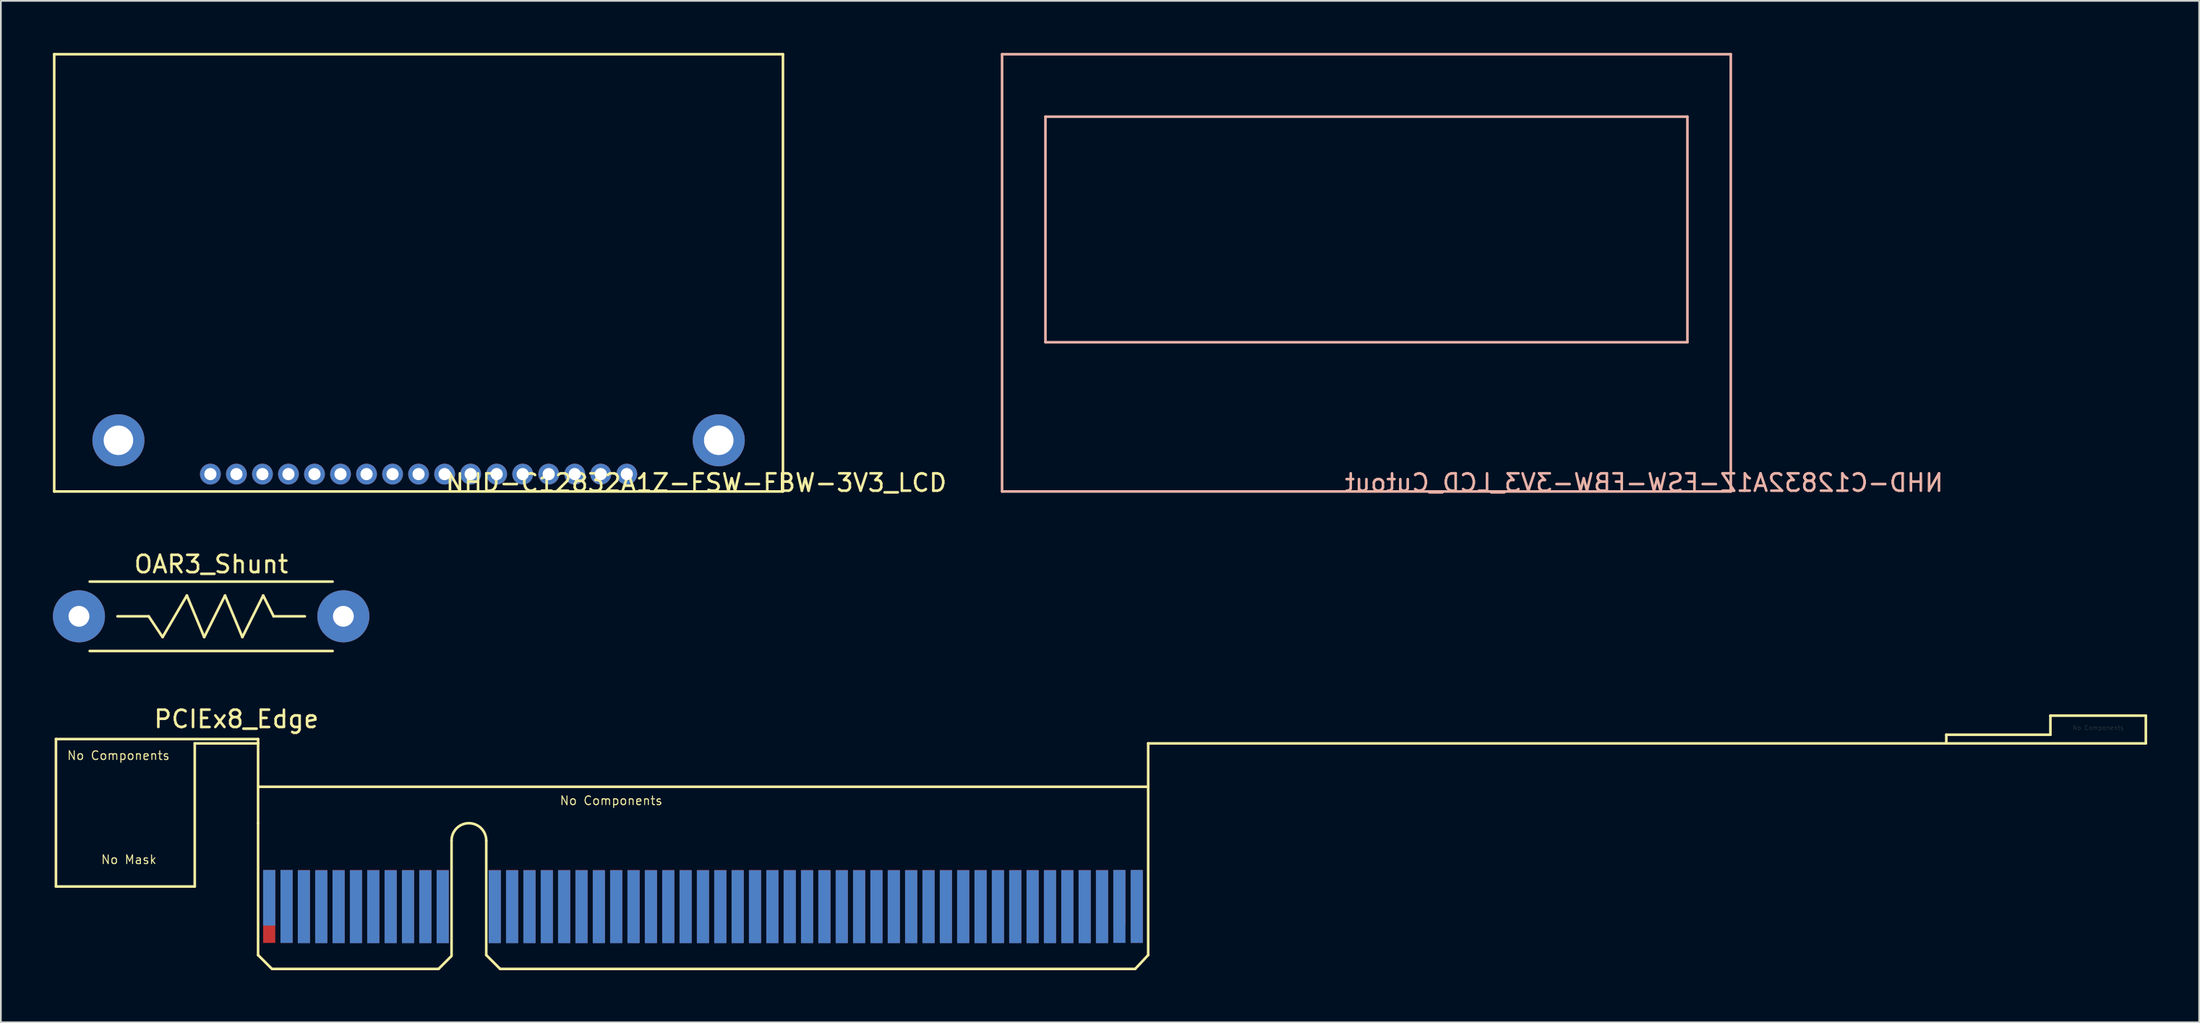
<source format=kicad_pcb>
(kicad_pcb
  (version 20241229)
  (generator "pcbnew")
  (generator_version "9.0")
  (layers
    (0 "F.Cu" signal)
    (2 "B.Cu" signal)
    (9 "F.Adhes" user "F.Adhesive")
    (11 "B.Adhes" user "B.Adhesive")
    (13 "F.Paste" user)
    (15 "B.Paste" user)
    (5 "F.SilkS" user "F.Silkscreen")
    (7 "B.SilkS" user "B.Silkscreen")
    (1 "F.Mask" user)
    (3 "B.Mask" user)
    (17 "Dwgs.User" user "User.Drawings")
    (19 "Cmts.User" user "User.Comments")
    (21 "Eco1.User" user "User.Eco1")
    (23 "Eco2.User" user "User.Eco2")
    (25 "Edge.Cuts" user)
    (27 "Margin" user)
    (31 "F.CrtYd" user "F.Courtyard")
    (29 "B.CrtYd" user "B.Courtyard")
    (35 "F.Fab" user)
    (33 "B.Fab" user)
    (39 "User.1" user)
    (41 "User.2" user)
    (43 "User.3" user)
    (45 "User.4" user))
  (footprint "PCIEx8_Edge"
    (layer "F.Cu")
    (at 18.475 49.195)
    (property "Reference" "PCIEx8_Edge" (at -7.9 -10.8 0) (layer "F.SilkS") (effects (font (size 1 1) (thickness 0.15))))
    (attr through_hole)
    (fp_line (start -18.4 -4.2) (end -10.2 -4.2) (stroke (width 0.15) (type solid)) (layer "F.Mask"))
    (fp_line (start -18.4 -1.1) (end -18.4 -4.2) (stroke (width 0.15) (type solid)) (layer "F.Mask"))
    (fp_line (start -10.2 -4.2) (end -10.2 -1.1) (stroke (width 0.15) (type solid)) (layer "F.Mask"))
    (fp_line (start -10.2 -1.1) (end -18.4 -1.1) (stroke (width 0.15) (type solid)) (layer "F.Mask"))
    (fp_line (start -6.7 -2.2) (end -6.7 3.6) (stroke (width 0.15) (type solid)) (layer "F.Mask"))
    (fp_line (start -6.7 3.6) (end 44.7 3.6) (stroke (width 0.15) (type solid)) (layer "F.Mask"))
    (fp_line (start 44.7 -2.3) (end -6.7 -2.2) (stroke (width 0.15) (type solid)) (layer "F.Mask"))
    (fp_line (start 44.7 3.6) (end 44.7 -2.3) (stroke (width 0.15) (type solid)) (layer "F.Mask"))
    (fp_line (start -18.3 -9.65) (end -6.65 -9.65) (stroke (width 0.15) (type solid)) (layer "F.SilkS"))
    (fp_line (start -18.3 -1.15) (end -18.3 -9.65) (stroke (width 0.15) (type solid)) (layer "F.SilkS"))
    (fp_line (start -10.3 -9.4) (end -10.3 -1.15) (stroke (width 0.15) (type solid)) (layer "F.SilkS"))
    (fp_line (start -10.3 -1.15) (end -18.3 -1.15) (stroke (width 0.15) (type solid)) (layer "F.SilkS"))
    (fp_line (start -6.65 -9.65) (end -6.65 -9.4) (stroke (width 0.15) (type solid)) (layer "F.SilkS"))
    (fp_line (start -6.65 -9.4) (end -10.3 -9.4) (stroke (width 0.15) (type solid)) (layer "F.SilkS"))
    (fp_line (start -6.65 -4.8) (end -6.65 -9.4) (stroke (width 0.15) (type solid)) (layer "F.SilkS"))
    (fp_line (start -6.65 2.8) (end -6.65 -4.8) (stroke (width 0.15) (type solid)) (layer "F.SilkS"))
    (fp_line (start -5.85 3.6) (end -6.65 2.8) (stroke (width 0.15) (type solid)) (layer "F.SilkS"))
    (fp_line (start 3.75 3.6) (end -5.8 3.6) (stroke (width 0.15) (type solid)) (layer "F.SilkS"))
    (fp_line (start 4.5 -3.8) (end 4.5 2.8) (stroke (width 0.15) (type solid)) (layer "F.SilkS"))
    (fp_line (start 4.5 2.85) (end 3.75 3.6) (stroke (width 0.15) (type solid)) (layer "F.SilkS"))
    (fp_line (start 6.5 -3.8) (end 6.5 2.8) (stroke (width 0.15) (type solid)) (layer "F.SilkS"))
    (fp_line (start 7.3 3.6) (end 6.5 2.8) (stroke (width 0.15) (type solid)) (layer "F.SilkS"))
    (fp_line (start 7.3 3.6) (end 43.9 3.6) (stroke (width 0.15) (type solid)) (layer "F.SilkS"))
    (fp_line (start 44.6 -6.9) (end -6.6 -6.9) (stroke (width 0.15) (type solid)) (layer "F.SilkS"))
    (fp_line (start 44.65 -9.4) (end 90.65 -9.4) (stroke (width 0.15) (type solid)) (layer "F.SilkS"))
    (fp_line (start 44.65 -6.9) (end 44.65 -9.4) (stroke (width 0.15) (type solid)) (layer "F.SilkS"))
    (fp_line (start 44.65 2.8) (end 43.9 3.6) (stroke (width 0.15) (type solid)) (layer "F.SilkS"))
    (fp_line (start 44.65 2.8) (end 44.65 -6.9) (stroke (width 0.15) (type solid)) (layer "F.SilkS"))
    (fp_line (start 90.65 -9.9) (end 96.65 -9.9) (stroke (width 0.15) (type solid)) (layer "F.SilkS"))
    (fp_line (start 90.65 -9.4) (end 90.65 -9.9) (stroke (width 0.15) (type solid)) (layer "F.SilkS"))
    (fp_line (start 96.65 -11) (end 102.15 -11) (stroke (width 0.15) (type solid)) (layer "F.SilkS"))
    (fp_line (start 96.65 -9.9) (end 96.65 -11) (stroke (width 0.15) (type solid)) (layer "F.SilkS"))
    (fp_line (start 102.15 -11) (end 102.15 -9.4) (stroke (width 0.15) (type solid)) (layer "F.SilkS"))
    (fp_line (start 102.15 -9.4) (end 90.65 -9.4) (stroke (width 0.15) (type solid)) (layer "F.SilkS"))
    (fp_arc (start 4.5 -3.8) (mid 5.5 -4.8) (end 6.5 -3.8) (stroke (width 0.15) (type solid)) (layer "F.SilkS"))
    (fp_text user "No Components" (at -14.7 -8.7 0) (layer "F.SilkS") (effects (font (size 0.5 0.5) (thickness 0.06))))
    (fp_text user "No Components" (at 99.4 -10.3 0) (layer "F.SilkS") (effects (font (size 0.25 0.25) (thickness 0.005))))
    (fp_text user "No Mask" (at -14.1 -2.7 0) (layer "F.SilkS") (effects (font (size 0.5 0.5) (thickness 0.06))))
    (fp_text user "No Components" (at 13.7 -6.1 0) (layer "F.SilkS") (effects (font (size 0.5 0.5) (thickness 0.06))))
    (pad "A1" smd rect (at -6.01 -0.5) (size 0.7 3.2) (layers "B.Cu" "B.Mask" "B.Paste"))
    (pad "A2" smd rect (at -5.01 0) (size 0.7 4.2) (layers "B.Cu" "B.Mask" "B.Paste"))
    (pad "A3" smd rect (at -4.01 0.014) (size 0.7 4.2) (layers "B.Cu" "B.Mask" "B.Paste"))
    (pad "A4" smd rect (at -3.01 0.014) (size 0.7 4.2) (layers "B.Cu" "B.Mask" "B.Paste"))
    (pad "A5" smd rect (at -2.01 0.014) (size 0.7 4.2) (layers "B.Cu" "B.Mask" "B.Paste"))
    (pad "A6" smd rect (at -1.01 0.014) (size 0.7 4.2) (layers "B.Cu" "B.Mask" "B.Paste"))
    (pad "A7" smd rect (at -0.01 0.014) (size 0.7 4.2) (layers "B.Cu" "B.Mask" "B.Paste"))
    (pad "A8" smd rect (at 0.99 0.014) (size 0.7 4.2) (layers "B.Cu" "B.Mask" "B.Paste"))
    (pad "A9" smd rect (at 1.99 0.014) (size 0.7 4.2) (layers "B.Cu" "B.Mask" "B.Paste"))
    (pad "A10" smd rect (at 2.99 0.014) (size 0.7 4.2) (layers "B.Cu" "B.Mask" "B.Paste"))
    (pad "A11" smd rect (at 3.99 0.014) (size 0.7 4.2) (layers "B.Cu" "B.Mask" "B.Paste"))
    (pad "A12" smd rect (at 6.99 0.014) (size 0.7 4.2) (layers "B.Cu" "B.Mask" "B.Paste"))
    (pad "A13" smd rect (at 7.99 0.014) (size 0.7 4.2) (layers "B.Cu" "B.Mask" "B.Paste"))
    (pad "A14" smd rect (at 8.99 0.014) (size 0.7 4.2) (layers "B.Cu" "B.Mask" "B.Paste"))
    (pad "A15" smd rect (at 9.99 0.014) (size 0.7 4.2) (layers "B.Cu" "B.Mask" "B.Paste"))
    (pad "A16" smd rect (at 10.99 0.014) (size 0.7 4.2) (layers "B.Cu" "B.Mask" "B.Paste"))
    (pad "A17" smd rect (at 11.99 0.014) (size 0.7 4.2) (layers "B.Cu" "B.Mask" "B.Paste"))
    (pad "A18" smd rect (at 12.99 0.014) (size 0.7 4.2) (layers "B.Cu" "B.Mask" "B.Paste"))
    (pad "A19" smd rect (at 13.99 0.014) (size 0.7 4.2) (layers "B.Cu" "B.Mask" "B.Paste"))
    (pad "A20" smd rect (at 14.99 0.014) (size 0.7 4.2) (layers "B.Cu" "B.Mask" "B.Paste"))
    (pad "A21" smd rect (at 15.99 0.014) (size 0.7 4.2) (layers "B.Cu" "B.Mask" "B.Paste"))
    (pad "A22" smd rect (at 16.99 0.014) (size 0.7 4.2) (layers "B.Cu" "B.Mask" "B.Paste"))
    (pad "A23" smd rect (at 17.99 0.014) (size 0.7 4.2) (layers "B.Cu" "B.Mask" "B.Paste"))
    (pad "A24" smd rect (at 18.99 0.014) (size 0.7 4.2) (layers "B.Cu" "B.Mask" "B.Paste"))
    (pad "A25" smd rect (at 19.99 0.014) (size 0.7 4.2) (layers "B.Cu" "B.Mask" "B.Paste"))
    (pad "A26" smd rect (at 20.99 0.014) (size 0.7 4.2) (layers "B.Cu" "B.Mask" "B.Paste"))
    (pad "A27" smd rect (at 21.99 0.014) (size 0.7 4.2) (layers "B.Cu" "B.Mask" "B.Paste"))
    (pad "A28" smd rect (at 22.99 0.014) (size 0.7 4.2) (layers "B.Cu" "B.Mask" "B.Paste"))
    (pad "A29" smd rect (at 23.99 0.014) (size 0.7 4.2) (layers "B.Cu" "B.Mask" "B.Paste"))
    (pad "A30" smd rect (at 24.99 0.014) (size 0.7 4.2) (layers "B.Cu" "B.Mask" "B.Paste"))
    (pad "A31" smd rect (at 25.99 0.014) (size 0.7 4.2) (layers "B.Cu" "B.Mask" "B.Paste"))
    (pad "A32" smd rect (at 26.99 0.014) (size 0.7 4.2) (layers "B.Cu" "B.Mask" "B.Paste"))
    (pad "A33" smd rect (at 27.99 0.014) (size 0.7 4.2) (layers "B.Cu" "B.Mask" "B.Paste"))
    (pad "A34" smd rect (at 28.99 0.014) (size 0.7 4.2) (layers "B.Cu" "B.Mask" "B.Paste"))
    (pad "A35" smd rect (at 29.99 0.014) (size 0.7 4.2) (layers "B.Cu" "B.Mask" "B.Paste"))
    (pad "A36" smd rect (at 30.99 0.014) (size 0.7 4.2) (layers "B.Cu" "B.Mask" "B.Paste"))
    (pad "A37" smd rect (at 31.99 0.014) (size 0.7 4.2) (layers "B.Cu" "B.Mask" "B.Paste"))
    (pad "A38" smd rect (at 32.99 0.014) (size 0.7 4.2) (layers "B.Cu" "B.Mask" "B.Paste"))
    (pad "A39" smd rect (at 33.99 0.014) (size 0.7 4.2) (layers "B.Cu" "B.Mask" "B.Paste"))
    (pad "A40" smd rect (at 34.99 0.014) (size 0.7 4.2) (layers "B.Cu" "B.Mask" "B.Paste"))
    (pad "A41" smd rect (at 35.99 0.014) (size 0.7 4.2) (layers "B.Cu" "B.Mask" "B.Paste"))
    (pad "A42" smd rect (at 36.99 0.014) (size 0.7 4.2) (layers "B.Cu" "B.Mask" "B.Paste"))
    (pad "A43" smd rect (at 37.99 0.014) (size 0.7 4.2) (layers "B.Cu" "B.Mask" "B.Paste"))
    (pad "A44" smd rect (at 38.99 0.014) (size 0.7 4.2) (layers "B.Cu" "B.Mask" "B.Paste"))
    (pad "A45" smd rect (at 39.99 0.014) (size 0.7 4.2) (layers "B.Cu" "B.Mask" "B.Paste"))
    (pad "A46" smd rect (at 40.99 0.014) (size 0.7 4.2) (layers "B.Cu" "B.Mask" "B.Paste"))
    (pad "A47" smd rect (at 41.99 0.014) (size 0.7 4.2) (layers "B.Cu" "B.Mask" "B.Paste"))
    (pad "A48" smd rect (at 42.99 0) (size 0.7 4.2) (layers "B.Cu" "B.Mask" "B.Paste"))
    (pad "A49" smd rect (at 43.99 0) (size 0.7 4.2) (layers "B.Cu" "B.Mask" "B.Paste"))
    (pad "B1" smd rect (at -6.01 0) (size 0.7 4.2) (layers "F.Cu" "F.Mask" "F.Paste"))
    (pad "B2" smd rect (at -5.01 0) (size 0.7 4.2) (layers "F.Cu" "F.Mask" "F.Paste"))
    (pad "B3" smd rect (at -4.01 0) (size 0.7 4.2) (layers "F.Cu" "F.Mask" "F.Paste"))
    (pad "B4" smd rect (at -3.01 0) (size 0.7 4.2) (layers "F.Cu" "F.Mask" "F.Paste"))
    (pad "B5" smd rect (at -2.01 0) (size 0.7 4.2) (layers "F.Cu" "F.Mask" "F.Paste"))
    (pad "B6" smd rect (at -1.01 0) (size 0.7 4.2) (layers "F.Cu" "F.Mask" "F.Paste"))
    (pad "B7" smd rect (at -0.01 0) (size 0.7 4.2) (layers "F.Cu" "F.Mask" "F.Paste"))
    (pad "B8" smd rect (at 0.99 0) (size 0.7 4.2) (layers "F.Cu" "F.Mask" "F.Paste"))
    (pad "B9" smd rect (at 1.99 0) (size 0.7 4.2) (layers "F.Cu" "F.Mask" "F.Paste"))
    (pad "B10" smd rect (at 2.99 0) (size 0.7 4.2) (layers "F.Cu" "F.Mask" "F.Paste"))
    (pad "B11" smd rect (at 3.99 0) (size 0.7 4.2) (layers "F.Cu" "F.Mask" "F.Paste"))
    (pad "B12" smd rect (at 6.99 0) (size 0.7 4.2) (layers "F.Cu" "F.Mask" "F.Paste"))
    (pad "B13" smd rect (at 7.99 0) (size 0.7 4.2) (layers "F.Cu" "F.Mask" "F.Paste"))
    (pad "B14" smd rect (at 8.99 0) (size 0.7 4.2) (layers "F.Cu" "F.Mask" "F.Paste"))
    (pad "B15" smd rect (at 9.99 0) (size 0.7 4.2) (layers "F.Cu" "F.Mask" "F.Paste"))
    (pad "B16" smd rect (at 10.99 0) (size 0.7 4.2) (layers "F.Cu" "F.Mask" "F.Paste"))
    (pad "B17" smd rect (at 11.99 0) (size 0.7 4.2) (layers "F.Cu" "F.Mask" "F.Paste"))
    (pad "B18" smd rect (at 12.99 0) (size 0.7 4.2) (layers "F.Cu" "F.Mask" "F.Paste"))
    (pad "B19" smd rect (at 13.99 0) (size 0.7 4.2) (layers "F.Cu" "F.Mask" "F.Paste"))
    (pad "B20" smd rect (at 14.99 0) (size 0.7 4.2) (layers "F.Cu" "F.Mask" "F.Paste"))
    (pad "B21" smd rect (at 15.99 0) (size 0.7 4.2) (layers "F.Cu" "F.Mask" "F.Paste"))
    (pad "B22" smd rect (at 16.99 0) (size 0.7 4.2) (layers "F.Cu" "F.Mask" "F.Paste"))
    (pad "B23" smd rect (at 17.99 0) (size 0.7 4.2) (layers "F.Cu" "F.Mask" "F.Paste"))
    (pad "B24" smd rect (at 18.99 0) (size 0.7 4.2) (layers "F.Cu" "F.Mask" "F.Paste"))
    (pad "B25" smd rect (at 19.99 0) (size 0.7 4.2) (layers "F.Cu" "F.Mask" "F.Paste"))
    (pad "B26" smd rect (at 20.99 0) (size 0.7 4.2) (layers "F.Cu" "F.Mask" "F.Paste"))
    (pad "B27" smd rect (at 21.99 0) (size 0.7 4.2) (layers "F.Cu" "F.Mask" "F.Paste"))
    (pad "B28" smd rect (at 22.99 0) (size 0.7 4.2) (layers "F.Cu" "F.Mask" "F.Paste"))
    (pad "B29" smd rect (at 23.99 0) (size 0.7 4.2) (layers "F.Cu" "F.Mask" "F.Paste"))
    (pad "B30" smd rect (at 24.99 0) (size 0.7 4.2) (layers "F.Cu" "F.Mask" "F.Paste"))
    (pad "B31" smd rect (at 25.99 0) (size 0.7 4.2) (layers "F.Cu" "F.Mask" "F.Paste"))
    (pad "B32" smd rect (at 26.99 0) (size 0.7 4.2) (layers "F.Cu" "F.Mask" "F.Paste"))
    (pad "B33" smd rect (at 27.99 0) (size 0.7 4.2) (layers "F.Cu" "F.Mask" "F.Paste"))
    (pad "B34" smd rect (at 28.99 0) (size 0.7 4.2) (layers "F.Cu" "F.Mask" "F.Paste"))
    (pad "B35" smd rect (at 29.99 0) (size 0.7 4.2) (layers "F.Cu" "F.Mask" "F.Paste"))
    (pad "B36" smd rect (at 30.99 0) (size 0.7 4.2) (layers "F.Cu" "F.Mask" "F.Paste"))
    (pad "B37" smd rect (at 31.99 0) (size 0.7 4.2) (layers "F.Cu" "F.Mask" "F.Paste"))
    (pad "B38" smd rect (at 32.99 0) (size 0.7 4.2) (layers "F.Cu" "F.Mask" "F.Paste"))
    (pad "B39" smd rect (at 33.99 0) (size 0.7 4.2) (layers "F.Cu" "F.Mask" "F.Paste"))
    (pad "B40" smd rect (at 34.99 0) (size 0.7 4.2) (layers "F.Cu" "F.Mask" "F.Paste"))
    (pad "B41" smd rect (at 35.99 0) (size 0.7 4.2) (layers "F.Cu" "F.Mask" "F.Paste"))
    (pad "B42" smd rect (at 36.99 0) (size 0.7 4.2) (layers "F.Cu" "F.Mask" "F.Paste"))
    (pad "B43" smd rect (at 37.99 0) (size 0.7 4.2) (layers "F.Cu" "F.Mask" "F.Paste"))
    (pad "B44" smd rect (at 38.99 0) (size 0.7 4.2) (layers "F.Cu" "F.Mask" "F.Paste"))
    (pad "B45" smd rect (at 39.99 0) (size 0.7 4.2) (layers "F.Cu" "F.Mask" "F.Paste"))
    (pad "B46" smd rect (at 40.99 0) (size 0.7 4.2) (layers "F.Cu" "F.Mask" "F.Paste"))
    (pad "B47" smd rect (at 41.99 0) (size 0.7 4.2) (layers "F.Cu" "F.Mask" "F.Paste"))
    (pad "B48" smd rect (at 42.99 -0.5) (size 0.7 3.2) (layers "F.Cu" "F.Mask" "F.Paste"))
    (pad "B49" smd rect (at 43.99 0) (size 0.7 4.2) (layers "F.Cu" "F.Mask" "F.Paste")))
  (footprint "NHD-C12832A1Z-FSW-FBW-3V3_LCD"
    (layer "F.Cu")
    (at 21.075 24.275)
    (property "Reference" "NHD-C12832A1Z-FSW-FBW-3V3_LCD" (at 16 0.5 0) (layer "F.SilkS") (effects (font (size 1 1) (thickness 0.15))))
    (attr through_hole)
    (fp_line (start -21 -24.2) (end -21 1) (stroke (width 0.15) (type solid)) (layer "F.SilkS"))
    (fp_line (start -21 1) (end 21 1) (stroke (width 0.15) (type solid)) (layer "F.SilkS"))
    (fp_line (start 21 -24.2) (end -21 -24.2) (stroke (width 0.15) (type solid)) (layer "F.SilkS"))
    (fp_line (start 21 1) (end 21 -24.2) (stroke (width 0.15) (type solid)) (layer "F.SilkS"))
    (pad "1" thru_hole circle (at -12 0) (size 1.2 1.2) (drill 0.7) (layers "*.Cu" "*.Mask"))
    (pad "2" thru_hole circle (at -10.5 0) (size 1.2 1.2) (drill 0.7) (layers "*.Cu" "*.Mask"))
    (pad "3" thru_hole circle (at -9 0) (size 1.2 1.2) (drill 0.7) (layers "*.Cu" "*.Mask"))
    (pad "4" thru_hole circle (at -7.5 0) (size 1.2 1.2) (drill 0.7) (layers "*.Cu" "*.Mask"))
    (pad "5" thru_hole circle (at -6 0) (size 1.2 1.2) (drill 0.7) (layers "*.Cu" "*.Mask"))
    (pad "6" thru_hole circle (at -4.5 0) (size 1.2 1.2) (drill 0.7) (layers "*.Cu" "*.Mask"))
    (pad "7" thru_hole circle (at -3 0) (size 1.2 1.2) (drill 0.7) (layers "*.Cu" "*.Mask"))
    (pad "8" thru_hole circle (at -1.5 0) (size 1.2 1.2) (drill 0.7) (layers "*.Cu" "*.Mask"))
    (pad "9" thru_hole circle (at 0 0) (size 1.2 1.2) (drill 0.7) (layers "*.Cu" "*.Mask"))
    (pad "10" thru_hole circle (at 1.5 0) (size 1.2 1.2) (drill 0.7) (layers "*.Cu" "*.Mask"))
    (pad "11" thru_hole circle (at 3 0) (size 1.2 1.2) (drill 0.7) (layers "*.Cu" "*.Mask"))
    (pad "12" thru_hole circle (at 4.5 0) (size 1.2 1.2) (drill 0.7) (layers "*.Cu" "*.Mask"))
    (pad "13" thru_hole circle (at 6 0) (size 1.2 1.2) (drill 0.7) (layers "*.Cu" "*.Mask"))
    (pad "14" thru_hole circle (at 7.5 0) (size 1.2 1.2) (drill 0.7) (layers "*.Cu" "*.Mask"))
    (pad "15" thru_hole circle (at 9 0) (size 1.2 1.2) (drill 0.7) (layers "*.Cu" "*.Mask"))
    (pad "16" thru_hole circle (at 10.5 0) (size 1.2 1.2) (drill 0.7) (layers "*.Cu" "*.Mask"))
    (pad "17" thru_hole circle (at 12 0) (size 1.2 1.2) (drill 0.7) (layers "*.Cu" "*.Mask"))
    (pad "A" thru_hole circle (at -17.3 -1.95) (size 3 3) (drill 1.7) (layers "*.Cu" "*.Mask"))
    (pad "K" thru_hole circle (at 17.3 -1.95) (size 3 3) (drill 1.7) (layers "*.Cu" "*.Mask")))
  (footprint "NHD-C12832A1Z-FSW-FBW-3V3_LCD_Cutout"
    (layer "F.Cu")
    (at 75.704 24.275)
    (property "Reference" "NHD-C12832A1Z-FSW-FBW-3V3_LCD_Cutout" (at 16 0.5 0) (layer "B.SilkS") (effects (font (size 1 1) (thickness 0.15)) (justify mirror)))
    (attr through_hole)
    (fp_line (start -21 -24.2) (end -21 1) (stroke (width 0.15) (type solid)) (layer "B.SilkS"))
    (fp_line (start -21 1) (end 21 1) (stroke (width 0.15) (type solid)) (layer "B.SilkS"))
    (fp_line (start -18.5 -20.6) (end -18.5 -7.6) (stroke (width 0.15) (type solid)) (layer "B.SilkS"))
    (fp_line (start -18.5 -7.6) (end 18.5 -7.6) (stroke (width 0.15) (type solid)) (layer "B.SilkS"))
    (fp_line (start 18.5 -20.6) (end -18.5 -20.6) (stroke (width 0.15) (type solid)) (layer "B.SilkS"))
    (fp_line (start 18.5 -7.6) (end 18.5 -20.6) (stroke (width 0.15) (type solid)) (layer "B.SilkS"))
    (fp_line (start 21 -24.2) (end -21 -24.2) (stroke (width 0.15) (type solid)) (layer "B.SilkS"))
    (fp_line (start 21 1) (end 21 -24.2) (stroke (width 0.15) (type solid)) (layer "B.SilkS")))
  (footprint "OAR3_Shunt"
    (layer "F.Cu")
    (at 9.12 32.471)
    (property "Reference" "OAR3_Shunt" (at 0 -3 0) (layer "F.SilkS") (effects (font (size 1 1) (thickness 0.15))))
    (attr through_hole)
    (fp_line (start -7 -2) (end 7 -2) (stroke (width 0.15) (type solid)) (layer "F.SilkS"))
    (fp_line (start -7 2) (end 7 2) (stroke (width 0.15) (type solid)) (layer "F.SilkS"))
    (fp_line (start -5.4 0) (end -3.6 0) (stroke (width 0.15) (type solid)) (layer "F.SilkS"))
    (fp_line (start -3.6 0) (end -2.8 1.2) (stroke (width 0.15) (type solid)) (layer "F.SilkS"))
    (fp_line (start -2.8 1.2) (end -1.4 -1.2) (stroke (width 0.15) (type solid)) (layer "F.SilkS"))
    (fp_line (start -1.4 -1.2) (end -0.4 1.2) (stroke (width 0.15) (type solid)) (layer "F.SilkS"))
    (fp_line (start -0.4 1.2) (end 0.8 -1.2) (stroke (width 0.15) (type solid)) (layer "F.SilkS"))
    (fp_line (start 0.8 -1.2) (end 1.8 1.2) (stroke (width 0.15) (type solid)) (layer "F.SilkS"))
    (fp_line (start 1.8 1.2) (end 3 -1.2) (stroke (width 0.15) (type solid)) (layer "F.SilkS"))
    (fp_line (start 3 -1.2) (end 3.6 0) (stroke (width 0.15) (type solid)) (layer "F.SilkS"))
    (fp_line (start 3.6 0) (end 5.4 0) (stroke (width 0.15) (type solid)) (layer "F.SilkS"))
    (pad "1" thru_hole circle (at 7.62 0) (size 3 3) (drill 1.2) (layers "*.Cu" "*.Mask"))
    (pad "2" thru_hole circle (at -7.62 0) (size 3 3) (drill 1.2) (layers "*.Cu" "*.Mask")))
  (gr_rect
    (start -3 -3)
    (end 123.7 55.87)
    (stroke (width 0.1) (type default))
    (fill no)
    (layer "Edge.Cuts")))
</source>
